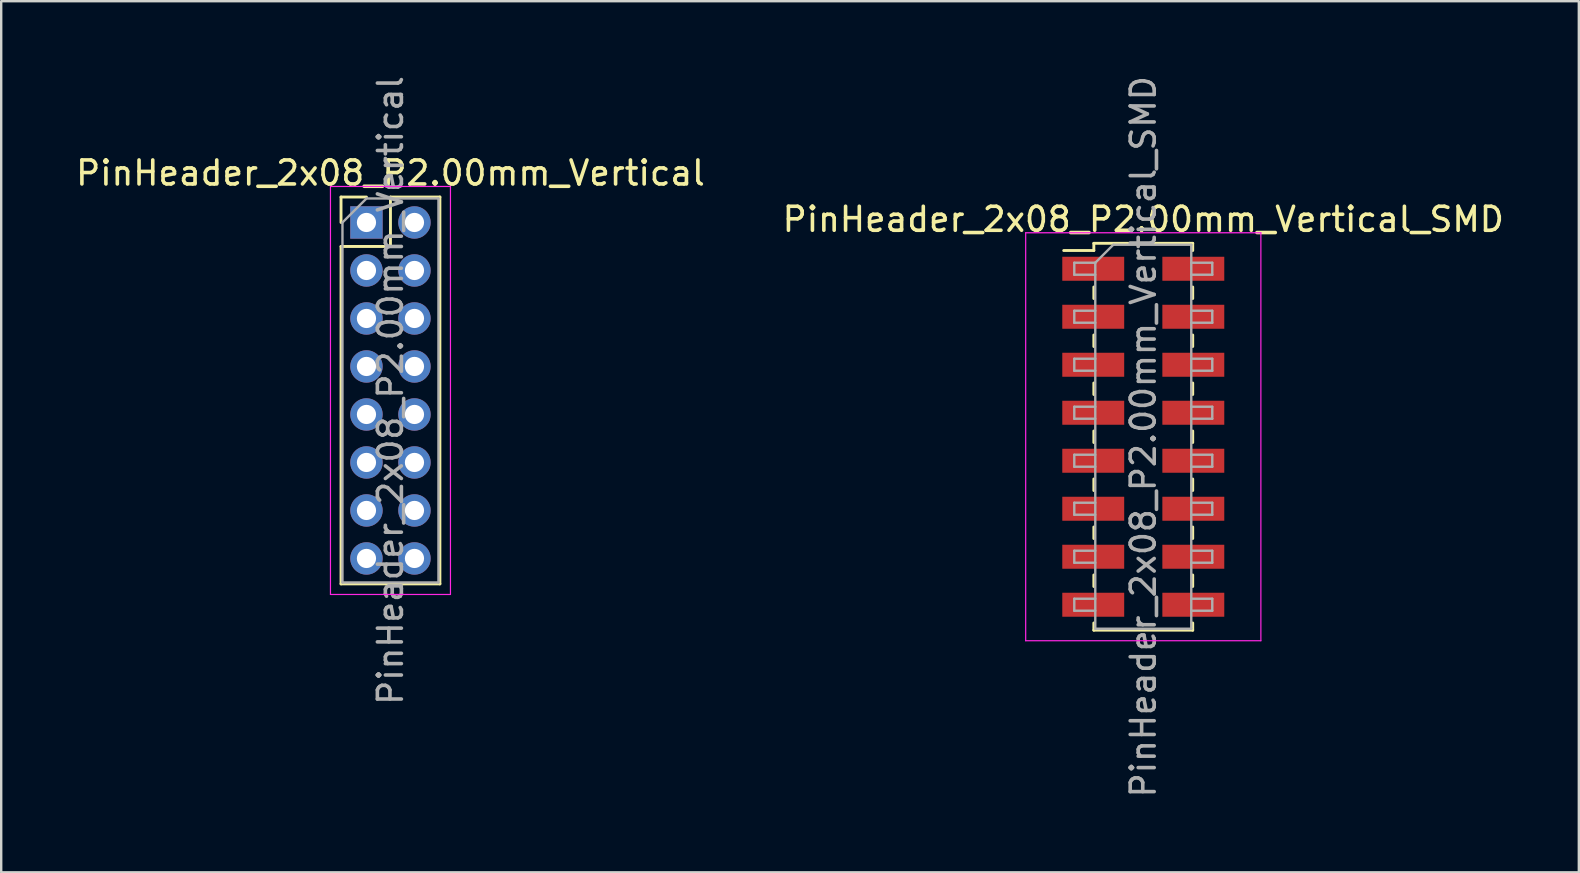
<source format=kicad_pcb>
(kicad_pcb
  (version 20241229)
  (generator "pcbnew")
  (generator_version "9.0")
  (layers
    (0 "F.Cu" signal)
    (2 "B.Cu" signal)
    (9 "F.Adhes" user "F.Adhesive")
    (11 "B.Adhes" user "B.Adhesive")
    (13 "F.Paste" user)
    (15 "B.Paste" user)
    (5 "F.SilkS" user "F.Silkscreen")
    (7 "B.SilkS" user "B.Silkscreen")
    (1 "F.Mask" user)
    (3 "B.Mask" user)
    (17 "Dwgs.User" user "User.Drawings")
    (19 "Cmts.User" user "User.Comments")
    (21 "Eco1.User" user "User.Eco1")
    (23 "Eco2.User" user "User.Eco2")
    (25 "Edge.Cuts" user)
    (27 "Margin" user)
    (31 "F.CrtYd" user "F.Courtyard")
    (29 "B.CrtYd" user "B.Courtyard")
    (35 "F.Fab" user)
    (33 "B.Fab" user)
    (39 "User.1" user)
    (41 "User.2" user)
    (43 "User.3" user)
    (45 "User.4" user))
  (footprint "PinHeader_2x08_P2.00mm_Vertical_SMD"
    (layer "F.Cu")
    (at 44.589 15.149)
    (property "Reference" "PinHeader_2x08_P2.00mm_Vertical_SMD" (at 0 -9.06 0) (layer "F.SilkS") (effects (font (size 1 1) (thickness 0.15))))
    (attr smd)
    (fp_line (start -3.315 -7.76) (end -2.06 -7.76) (stroke (width 0.12) (type solid)) (layer "F.SilkS"))
    (fp_line (start -2.06 -8.06) (end -2.06 -7.76) (stroke (width 0.12) (type solid)) (layer "F.SilkS"))
    (fp_line (start -2.06 -8.06) (end 2.06 -8.06) (stroke (width 0.12) (type solid)) (layer "F.SilkS"))
    (fp_line (start -2.06 -6.24) (end -2.06 -5.76) (stroke (width 0.12) (type solid)) (layer "F.SilkS"))
    (fp_line (start -2.06 -4.24) (end -2.06 -3.76) (stroke (width 0.12) (type solid)) (layer "F.SilkS"))
    (fp_line (start -2.06 -2.24) (end -2.06 -1.76) (stroke (width 0.12) (type solid)) (layer "F.SilkS"))
    (fp_line (start -2.06 -0.24) (end -2.06 0.24) (stroke (width 0.12) (type solid)) (layer "F.SilkS"))
    (fp_line (start -2.06 1.76) (end -2.06 2.24) (stroke (width 0.12) (type solid)) (layer "F.SilkS"))
    (fp_line (start -2.06 3.76) (end -2.06 4.24) (stroke (width 0.12) (type solid)) (layer "F.SilkS"))
    (fp_line (start -2.06 5.76) (end -2.06 6.24) (stroke (width 0.12) (type solid)) (layer "F.SilkS"))
    (fp_line (start -2.06 7.76) (end -2.06 8.06) (stroke (width 0.12) (type solid)) (layer "F.SilkS"))
    (fp_line (start -2.06 8.06) (end 2.06 8.06) (stroke (width 0.12) (type solid)) (layer "F.SilkS"))
    (fp_line (start 2.06 -8.06) (end 2.06 -7.76) (stroke (width 0.12) (type solid)) (layer "F.SilkS"))
    (fp_line (start 2.06 -6.24) (end 2.06 -5.76) (stroke (width 0.12) (type solid)) (layer "F.SilkS"))
    (fp_line (start 2.06 -4.24) (end 2.06 -3.76) (stroke (width 0.12) (type solid)) (layer "F.SilkS"))
    (fp_line (start 2.06 -2.24) (end 2.06 -1.76) (stroke (width 0.12) (type solid)) (layer "F.SilkS"))
    (fp_line (start 2.06 -0.24) (end 2.06 0.24) (stroke (width 0.12) (type solid)) (layer "F.SilkS"))
    (fp_line (start 2.06 1.76) (end 2.06 2.24) (stroke (width 0.12) (type solid)) (layer "F.SilkS"))
    (fp_line (start 2.06 3.76) (end 2.06 4.24) (stroke (width 0.12) (type solid)) (layer "F.SilkS"))
    (fp_line (start 2.06 5.76) (end 2.06 6.24) (stroke (width 0.12) (type solid)) (layer "F.SilkS"))
    (fp_line (start 2.06 7.76) (end 2.06 8.06) (stroke (width 0.12) (type solid)) (layer "F.SilkS"))
    (fp_line (start -4.9 -8.5) (end -4.9 8.5) (stroke (width 0.05) (type solid)) (layer "F.CrtYd"))
    (fp_line (start -4.9 8.5) (end 4.9 8.5) (stroke (width 0.05) (type solid)) (layer "F.CrtYd"))
    (fp_line (start 4.9 -8.5) (end -4.9 -8.5) (stroke (width 0.05) (type solid)) (layer "F.CrtYd"))
    (fp_line (start 4.9 8.5) (end 4.9 -8.5) (stroke (width 0.05) (type solid)) (layer "F.CrtYd"))
    (fp_line (start -2.875 -7.25) (end -2.875 -6.75) (stroke (width 0.1) (type solid)) (layer "F.Fab"))
    (fp_line (start -2.875 -6.75) (end -2 -6.75) (stroke (width 0.1) (type solid)) (layer "F.Fab"))
    (fp_line (start -2.875 -5.25) (end -2.875 -4.75) (stroke (width 0.1) (type solid)) (layer "F.Fab"))
    (fp_line (start -2.875 -4.75) (end -2 -4.75) (stroke (width 0.1) (type solid)) (layer "F.Fab"))
    (fp_line (start -2.875 -3.25) (end -2.875 -2.75) (stroke (width 0.1) (type solid)) (layer "F.Fab"))
    (fp_line (start -2.875 -2.75) (end -2 -2.75) (stroke (width 0.1) (type solid)) (layer "F.Fab"))
    (fp_line (start -2.875 -1.25) (end -2.875 -0.75) (stroke (width 0.1) (type solid)) (layer "F.Fab"))
    (fp_line (start -2.875 -0.75) (end -2 -0.75) (stroke (width 0.1) (type solid)) (layer "F.Fab"))
    (fp_line (start -2.875 0.75) (end -2.875 1.25) (stroke (width 0.1) (type solid)) (layer "F.Fab"))
    (fp_line (start -2.875 1.25) (end -2 1.25) (stroke (width 0.1) (type solid)) (layer "F.Fab"))
    (fp_line (start -2.875 2.75) (end -2.875 3.25) (stroke (width 0.1) (type solid)) (layer "F.Fab"))
    (fp_line (start -2.875 3.25) (end -2 3.25) (stroke (width 0.1) (type solid)) (layer "F.Fab"))
    (fp_line (start -2.875 4.75) (end -2.875 5.25) (stroke (width 0.1) (type solid)) (layer "F.Fab"))
    (fp_line (start -2.875 5.25) (end -2 5.25) (stroke (width 0.1) (type solid)) (layer "F.Fab"))
    (fp_line (start -2.875 6.75) (end -2.875 7.25) (stroke (width 0.1) (type solid)) (layer "F.Fab"))
    (fp_line (start -2.875 7.25) (end -2 7.25) (stroke (width 0.1) (type solid)) (layer "F.Fab"))
    (fp_line (start -2 -7.25) (end -2.875 -7.25) (stroke (width 0.1) (type solid)) (layer "F.Fab"))
    (fp_line (start -2 -7.25) (end -1.25 -8) (stroke (width 0.1) (type solid)) (layer "F.Fab"))
    (fp_line (start -2 -5.25) (end -2.875 -5.25) (stroke (width 0.1) (type solid)) (layer "F.Fab"))
    (fp_line (start -2 -3.25) (end -2.875 -3.25) (stroke (width 0.1) (type solid)) (layer "F.Fab"))
    (fp_line (start -2 -1.25) (end -2.875 -1.25) (stroke (width 0.1) (type solid)) (layer "F.Fab"))
    (fp_line (start -2 0.75) (end -2.875 0.75) (stroke (width 0.1) (type solid)) (layer "F.Fab"))
    (fp_line (start -2 2.75) (end -2.875 2.75) (stroke (width 0.1) (type solid)) (layer "F.Fab"))
    (fp_line (start -2 4.75) (end -2.875 4.75) (stroke (width 0.1) (type solid)) (layer "F.Fab"))
    (fp_line (start -2 6.75) (end -2.875 6.75) (stroke (width 0.1) (type solid)) (layer "F.Fab"))
    (fp_line (start -2 8) (end -2 -7.25) (stroke (width 0.1) (type solid)) (layer "F.Fab"))
    (fp_line (start -1.25 -8) (end 2 -8) (stroke (width 0.1) (type solid)) (layer "F.Fab"))
    (fp_line (start 2 -8) (end 2 8) (stroke (width 0.1) (type solid)) (layer "F.Fab"))
    (fp_line (start 2 -7.25) (end 2.875 -7.25) (stroke (width 0.1) (type solid)) (layer "F.Fab"))
    (fp_line (start 2 -5.25) (end 2.875 -5.25) (stroke (width 0.1) (type solid)) (layer "F.Fab"))
    (fp_line (start 2 -3.25) (end 2.875 -3.25) (stroke (width 0.1) (type solid)) (layer "F.Fab"))
    (fp_line (start 2 -1.25) (end 2.875 -1.25) (stroke (width 0.1) (type solid)) (layer "F.Fab"))
    (fp_line (start 2 0.75) (end 2.875 0.75) (stroke (width 0.1) (type solid)) (layer "F.Fab"))
    (fp_line (start 2 2.75) (end 2.875 2.75) (stroke (width 0.1) (type solid)) (layer "F.Fab"))
    (fp_line (start 2 4.75) (end 2.875 4.75) (stroke (width 0.1) (type solid)) (layer "F.Fab"))
    (fp_line (start 2 6.75) (end 2.875 6.75) (stroke (width 0.1) (type solid)) (layer "F.Fab"))
    (fp_line (start 2 8) (end -2 8) (stroke (width 0.1) (type solid)) (layer "F.Fab"))
    (fp_line (start 2.875 -7.25) (end 2.875 -6.75) (stroke (width 0.1) (type solid)) (layer "F.Fab"))
    (fp_line (start 2.875 -6.75) (end 2 -6.75) (stroke (width 0.1) (type solid)) (layer "F.Fab"))
    (fp_line (start 2.875 -5.25) (end 2.875 -4.75) (stroke (width 0.1) (type solid)) (layer "F.Fab"))
    (fp_line (start 2.875 -4.75) (end 2 -4.75) (stroke (width 0.1) (type solid)) (layer "F.Fab"))
    (fp_line (start 2.875 -3.25) (end 2.875 -2.75) (stroke (width 0.1) (type solid)) (layer "F.Fab"))
    (fp_line (start 2.875 -2.75) (end 2 -2.75) (stroke (width 0.1) (type solid)) (layer "F.Fab"))
    (fp_line (start 2.875 -1.25) (end 2.875 -0.75) (stroke (width 0.1) (type solid)) (layer "F.Fab"))
    (fp_line (start 2.875 -0.75) (end 2 -0.75) (stroke (width 0.1) (type solid)) (layer "F.Fab"))
    (fp_line (start 2.875 0.75) (end 2.875 1.25) (stroke (width 0.1) (type solid)) (layer "F.Fab"))
    (fp_line (start 2.875 1.25) (end 2 1.25) (stroke (width 0.1) (type solid)) (layer "F.Fab"))
    (fp_line (start 2.875 2.75) (end 2.875 3.25) (stroke (width 0.1) (type solid)) (layer "F.Fab"))
    (fp_line (start 2.875 3.25) (end 2 3.25) (stroke (width 0.1) (type solid)) (layer "F.Fab"))
    (fp_line (start 2.875 4.75) (end 2.875 5.25) (stroke (width 0.1) (type solid)) (layer "F.Fab"))
    (fp_line (start 2.875 5.25) (end 2 5.25) (stroke (width 0.1) (type solid)) (layer "F.Fab"))
    (fp_line (start 2.875 6.75) (end 2.875 7.25) (stroke (width 0.1) (type solid)) (layer "F.Fab"))
    (fp_line (start 2.875 7.25) (end 2 7.25) (stroke (width 0.1) (type solid)) (layer "F.Fab"))
    (fp_text user "${REFERENCE}" (at 0 0 90) (layer "F.Fab") (effects (font (size 1 1) (thickness 0.15))))
    (pad "1" smd rect (at -2.085 -7) (size 2.58 1) (layers "F.Cu" "F.Mask" "F.Paste"))
    (pad "2" smd rect (at 2.085 -7) (size 2.58 1) (layers "F.Cu" "F.Mask" "F.Paste"))
    (pad "3" smd rect (at -2.085 -5) (size 2.58 1) (layers "F.Cu" "F.Mask" "F.Paste"))
    (pad "4" smd rect (at 2.085 -5) (size 2.58 1) (layers "F.Cu" "F.Mask" "F.Paste"))
    (pad "5" smd rect (at -2.085 -3) (size 2.58 1) (layers "F.Cu" "F.Mask" "F.Paste"))
    (pad "6" smd rect (at 2.085 -3) (size 2.58 1) (layers "F.Cu" "F.Mask" "F.Paste"))
    (pad "7" smd rect (at -2.085 -1) (size 2.58 1) (layers "F.Cu" "F.Mask" "F.Paste"))
    (pad "8" smd rect (at 2.085 -1) (size 2.58 1) (layers "F.Cu" "F.Mask" "F.Paste"))
    (pad "9" smd rect (at -2.085 1) (size 2.58 1) (layers "F.Cu" "F.Mask" "F.Paste"))
    (pad "10" smd rect (at 2.085 1) (size 2.58 1) (layers "F.Cu" "F.Mask" "F.Paste"))
    (pad "11" smd rect (at -2.085 3) (size 2.58 1) (layers "F.Cu" "F.Mask" "F.Paste"))
    (pad "12" smd rect (at 2.085 3) (size 2.58 1) (layers "F.Cu" "F.Mask" "F.Paste"))
    (pad "13" smd rect (at -2.085 5) (size 2.58 1) (layers "F.Cu" "F.Mask" "F.Paste"))
    (pad "14" smd rect (at 2.085 5) (size 2.58 1) (layers "F.Cu" "F.Mask" "F.Paste"))
    (pad "15" smd rect (at -2.085 7) (size 2.58 1) (layers "F.Cu" "F.Mask" "F.Paste"))
    (pad "16" smd rect (at 2.085 7) (size 2.58 1) (layers "F.Cu" "F.Mask" "F.Paste")))
  (footprint "PinHeader_2x08_P2.00mm_Vertical"
    (layer "F.Cu")
    (at 12.22 6.22)
    (property "Reference" "PinHeader_2x08_P2.00mm_Vertical" (at 1 -2.06 0) (layer "F.SilkS") (effects (font (size 1 1) (thickness 0.15))))
    (attr through_hole)
    (fp_line (start -1.06 -1.06) (end 0 -1.06) (stroke (width 0.12) (type solid)) (layer "F.SilkS"))
    (fp_line (start -1.06 0) (end -1.06 -1.06) (stroke (width 0.12) (type solid)) (layer "F.SilkS"))
    (fp_line (start -1.06 1) (end -1.06 15.06) (stroke (width 0.12) (type solid)) (layer "F.SilkS"))
    (fp_line (start -1.06 1) (end 1 1) (stroke (width 0.12) (type solid)) (layer "F.SilkS"))
    (fp_line (start -1.06 15.06) (end 3.06 15.06) (stroke (width 0.12) (type solid)) (layer "F.SilkS"))
    (fp_line (start 1 -1.06) (end 3.06 -1.06) (stroke (width 0.12) (type solid)) (layer "F.SilkS"))
    (fp_line (start 1 1) (end 1 -1.06) (stroke (width 0.12) (type solid)) (layer "F.SilkS"))
    (fp_line (start 3.06 -1.06) (end 3.06 15.06) (stroke (width 0.12) (type solid)) (layer "F.SilkS"))
    (fp_line (start -1.5 -1.5) (end -1.5 15.5) (stroke (width 0.05) (type solid)) (layer "F.CrtYd"))
    (fp_line (start -1.5 15.5) (end 3.5 15.5) (stroke (width 0.05) (type solid)) (layer "F.CrtYd"))
    (fp_line (start 3.5 -1.5) (end -1.5 -1.5) (stroke (width 0.05) (type solid)) (layer "F.CrtYd"))
    (fp_line (start 3.5 15.5) (end 3.5 -1.5) (stroke (width 0.05) (type solid)) (layer "F.CrtYd"))
    (fp_line (start -1 0) (end 0 -1) (stroke (width 0.1) (type solid)) (layer "F.Fab"))
    (fp_line (start -1 15) (end -1 0) (stroke (width 0.1) (type solid)) (layer "F.Fab"))
    (fp_line (start 0 -1) (end 3 -1) (stroke (width 0.1) (type solid)) (layer "F.Fab"))
    (fp_line (start 3 -1) (end 3 15) (stroke (width 0.1) (type solid)) (layer "F.Fab"))
    (fp_line (start 3 15) (end -1 15) (stroke (width 0.1) (type solid)) (layer "F.Fab"))
    (fp_text user "${REFERENCE}" (at 1 7 90) (layer "F.Fab") (effects (font (size 1 1) (thickness 0.15))))
    (pad "1" thru_hole rect (at 0 0) (size 1.35 1.35) (drill 0.8) (layers "*.Cu" "*.Mask"))
    (pad "2" thru_hole oval (at 2 0) (size 1.35 1.35) (drill 0.8) (layers "*.Cu" "*.Mask"))
    (pad "3" thru_hole oval (at 0 2) (size 1.35 1.35) (drill 0.8) (layers "*.Cu" "*.Mask"))
    (pad "4" thru_hole oval (at 2 2) (size 1.35 1.35) (drill 0.8) (layers "*.Cu" "*.Mask"))
    (pad "5" thru_hole oval (at 0 4) (size 1.35 1.35) (drill 0.8) (layers "*.Cu" "*.Mask"))
    (pad "6" thru_hole oval (at 2 4) (size 1.35 1.35) (drill 0.8) (layers "*.Cu" "*.Mask"))
    (pad "7" thru_hole oval (at 0 6) (size 1.35 1.35) (drill 0.8) (layers "*.Cu" "*.Mask"))
    (pad "8" thru_hole oval (at 2 6) (size 1.35 1.35) (drill 0.8) (layers "*.Cu" "*.Mask"))
    (pad "9" thru_hole oval (at 0 8) (size 1.35 1.35) (drill 0.8) (layers "*.Cu" "*.Mask"))
    (pad "10" thru_hole oval (at 2 8) (size 1.35 1.35) (drill 0.8) (layers "*.Cu" "*.Mask"))
    (pad "11" thru_hole oval (at 0 10) (size 1.35 1.35) (drill 0.8) (layers "*.Cu" "*.Mask"))
    (pad "12" thru_hole oval (at 2 10) (size 1.35 1.35) (drill 0.8) (layers "*.Cu" "*.Mask"))
    (pad "13" thru_hole oval (at 0 12) (size 1.35 1.35) (drill 0.8) (layers "*.Cu" "*.Mask"))
    (pad "14" thru_hole oval (at 2 12) (size 1.35 1.35) (drill 0.8) (layers "*.Cu" "*.Mask"))
    (pad "15" thru_hole oval (at 0 14) (size 1.35 1.35) (drill 0.8) (layers "*.Cu" "*.Mask"))
    (pad "16" thru_hole oval (at 2 14) (size 1.35 1.35) (drill 0.8) (layers "*.Cu" "*.Mask")))
  (gr_rect
    (start -3 -3)
    (end 62.738 33.298)
    (stroke (width 0.1) (type default))
    (fill no)
    (layer "Edge.Cuts")))
</source>
